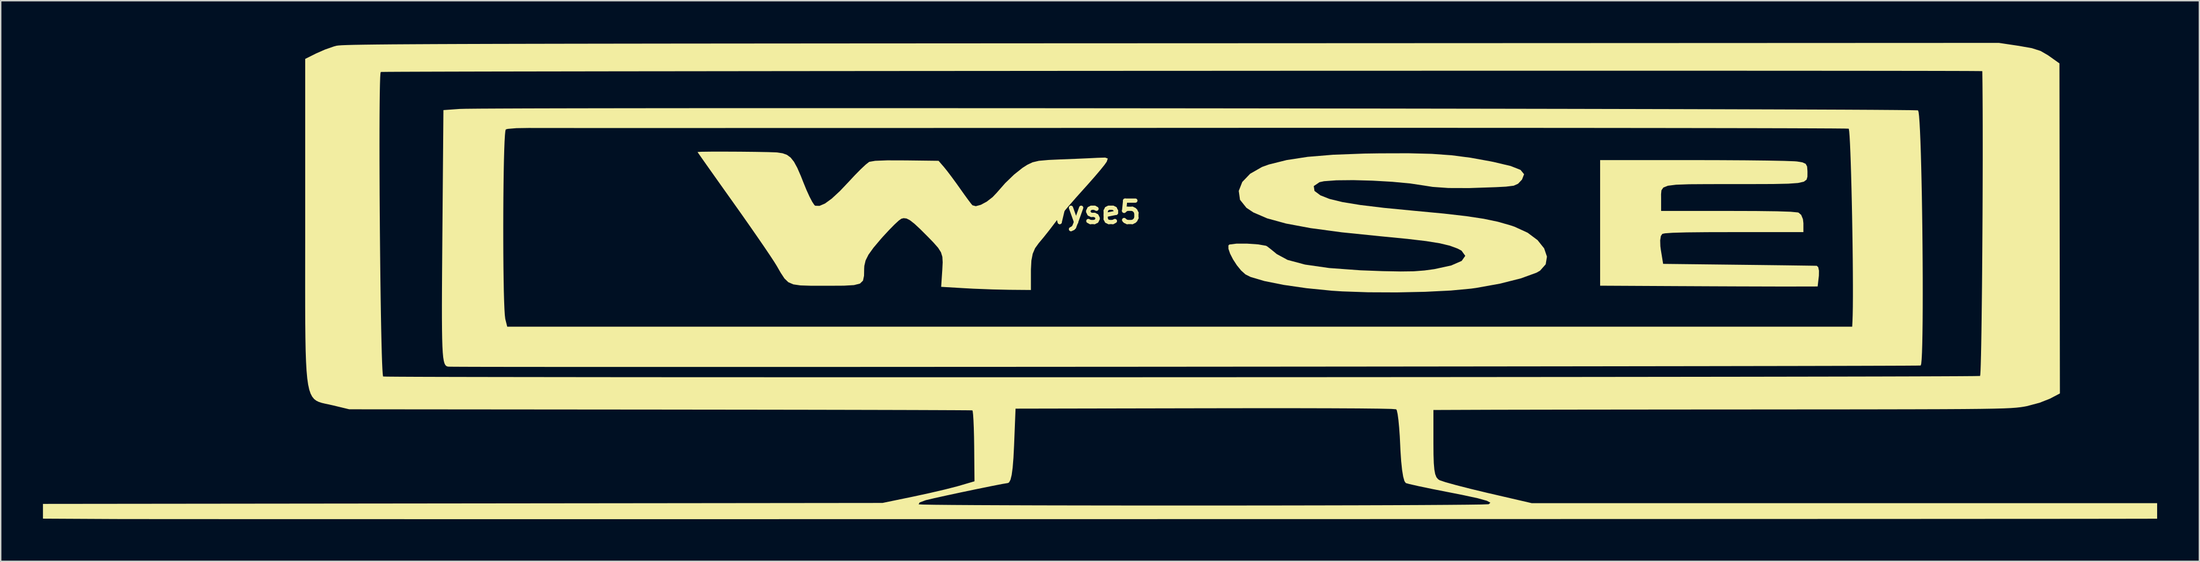
<source format=kicad_pcb>
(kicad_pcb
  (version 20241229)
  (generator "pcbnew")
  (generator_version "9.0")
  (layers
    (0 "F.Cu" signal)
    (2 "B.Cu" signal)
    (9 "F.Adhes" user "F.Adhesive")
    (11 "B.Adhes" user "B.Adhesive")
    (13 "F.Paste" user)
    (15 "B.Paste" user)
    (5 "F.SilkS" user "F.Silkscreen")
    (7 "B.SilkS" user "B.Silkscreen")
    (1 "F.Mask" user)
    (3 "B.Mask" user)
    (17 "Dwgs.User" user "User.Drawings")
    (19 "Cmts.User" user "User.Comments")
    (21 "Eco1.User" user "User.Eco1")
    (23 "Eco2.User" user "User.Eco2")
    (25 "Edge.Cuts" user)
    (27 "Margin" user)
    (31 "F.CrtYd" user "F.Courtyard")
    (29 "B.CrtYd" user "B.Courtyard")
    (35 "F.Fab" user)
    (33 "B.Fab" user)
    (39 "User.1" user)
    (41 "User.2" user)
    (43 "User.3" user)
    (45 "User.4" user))
  (footprint "Wyse5"
    (layer "F.Cu")
    (at 74.468 12.049)
    (property "Reference" "Wyse5" (at 0 0 0) (layer "F.SilkS") (effects (font (size 1.524 1.524) (thickness 0.3))))
    (attr board_only exclude_from_pos_files exclude_from_bom)
    (fp_poly (pts (xy 44.639 -3.71) (xy 46.42 -3.699) (xy 47.95 -3.681) (xy 49.134 -3.658) (xy 49.881 -3.631) (xy 50.06 -3.617) (xy 50.451 -3.551) (xy 50.672 -3.449) (xy 50.773 -3.261) (xy 50.799 -2.935) (xy 50.8 -2.825) (xy 50.797 -2.536) (xy 50.737 -2.325) (xy 50.541 -2.179) (xy 50.131 -2.087) (xy 49.428 -2.037) (xy 48.353 -2.014) (xy 46.83 -2.009) (xy 45.605 -2.008) (xy 43.756 -2.007) (xy 42.406 -1.998) (xy 41.477 -1.965) (xy 40.891 -1.892) (xy 40.569 -1.765) (xy 40.433 -1.568) (xy 40.406 -1.287) (xy 40.409 -0.992) (xy 40.409 -0.1) (xy 45.114 -0.1) (xy 47.14 -0.094) (xy 48.625 -0.075) (xy 49.602 -0.042) (xy 50.108 0.006) (xy 50.165 0.02) (xy 50.354 0.183) (xy 50.478 0.484) (xy 50.511 0.773) (xy 50.511 1.406) (xy 45.64 1.406) (xy 43.674 1.41) (xy 42.229 1.425) (xy 41.252 1.452) (xy 40.685 1.492) (xy 40.496 1.531) (xy 40.391 1.684) (xy 40.343 1.993) (xy 40.356 2.411) (xy 40.389 2.66) (xy 40.553 3.664) (xy 45.893 3.727) (xy 47.596 3.747) (xy 49.1 3.766) (xy 50.309 3.783) (xy 51.128 3.795) (xy 51.462 3.802) (xy 51.563 3.901) (xy 51.616 4.149) (xy 51.611 4.495) (xy 51.606 4.543) (xy 51.522 5.271) (xy 49.645 5.275) (xy 48.764 5.275) (xy 47.431 5.271) (xy 45.775 5.266) (xy 43.922 5.258) (xy 41.999 5.248) (xy 41.924 5.248) (xy 36.08 5.216) (xy 36.08 -3.715) (xy 42.699 -3.715)) (stroke (width 0) (type solid)) (fill yes) (layer "F.SilkS"))
    (fp_poly (pts (xy 24.133 -4.159) (xy 25.546 -4.057) (xy 26.881 -3.883) (xy 28.303 -3.625) (xy 28.53 -3.579) (xy 29.733 -3.293) (xy 30.431 -3.016) (xy 30.681 -2.711) (xy 30.538 -2.34) (xy 30.502 -2.295) (xy 30.253 -2.033) (xy 29.946 -1.895) (xy 29.394 -1.827) (xy 28.707 -1.791) (xy 26.783 -1.725) (xy 25.308 -1.73) (xy 24.19 -1.809) (xy 23.613 -1.9) (xy 22.597 -2.053) (xy 21.319 -2.173) (xy 19.923 -2.253) (xy 18.555 -2.29) (xy 17.358 -2.278) (xy 16.479 -2.213) (xy 16.159 -2.145) (xy 15.75 -1.866) (xy 15.802 -1.521) (xy 16.221 -1.209) (xy 16.863 -0.955) (xy 17.782 -0.73) (xy 19.05 -0.522) (xy 20.744 -0.317) (xy 22.937 -0.105) (xy 22.95 -0.104) (xy 24.992 0.089) (xy 26.575 0.271) (xy 27.814 0.458) (xy 28.819 0.669) (xy 29.705 0.922) (xy 30.005 1.023) (xy 30.932 1.449) (xy 31.64 1.978) (xy 32.105 2.561) (xy 32.305 3.15) (xy 32.216 3.695) (xy 31.815 4.148) (xy 31.56 4.293) (xy 30.455 4.695) (xy 28.966 5.071) (xy 27.283 5.374) (xy 26.925 5.424) (xy 25.478 5.56) (xy 23.653 5.651) (xy 21.636 5.693) (xy 19.612 5.684) (xy 17.768 5.621) (xy 17.03 5.573) (xy 15.233 5.394) (xy 13.598 5.157) (xy 12.239 4.884) (xy 11.268 4.597) (xy 10.902 4.414) (xy 10.591 4.134) (xy 10.288 3.761) (xy 10.019 3.346) (xy 9.811 2.939) (xy 9.692 2.593) (xy 9.689 2.357) (xy 9.757 2.289) (xy 10.259 2.226) (xy 11.028 2.226) (xy 11.808 2.28) (xy 12.348 2.374) (xy 12.425 2.409) (xy 12.667 2.594) (xy 13.008 2.872) (xy 13.116 2.963) (xy 13.89 3.383) (xy 15.126 3.714) (xy 16.842 3.96) (xy 19.059 4.122) (xy 20.636 4.181) (xy 21.922 4.205) (xy 22.844 4.193) (xy 23.608 4.134) (xy 24.313 4.038) (xy 25.509 3.778) (xy 26.251 3.454) (xy 26.506 3.093) (xy 26.242 2.727) (xy 25.952 2.572) (xy 25.405 2.371) (xy 24.697 2.201) (xy 23.729 2.045) (xy 22.399 1.888) (xy 20.608 1.713) (xy 20.471 1.7) (xy 17.735 1.42) (xy 15.521 1.122) (xy 13.774 0.795) (xy 12.441 0.428) (xy 11.465 0.007) (xy 10.968 -0.324) (xy 10.513 -0.894) (xy 10.425 -1.524) (xy 10.674 -2.158) (xy 11.234 -2.744) (xy 12.076 -3.226) (xy 12.562 -3.402) (xy 13.829 -3.718) (xy 15.318 -3.946) (xy 17.126 -4.096) (xy 19.351 -4.179) (xy 20.42 -4.195) (xy 22.479 -4.201)) (stroke (width 0) (type solid)) (fill yes) (layer "F.SilkS"))
    (fp_poly (pts (xy -24.979 -4.312) (xy -23.903 -4.3) (xy -22.998 -4.284) (xy -22.413 -4.263) (xy -22.332 -4.257) (xy -21.956 -4.199) (xy -21.648 -4.087) (xy -21.387 -3.894) (xy -21.15 -3.594) (xy -20.915 -3.162) (xy -20.658 -2.571) (xy -20.488 -2.14) (xy -20.266 -1.595) (xy -20.05 -1.12) (xy -19.857 -0.75) (xy -19.706 -0.523) (xy -19.641 -0.468) (xy -19.337 -0.46) (xy -18.949 -0.627) (xy -18.47 -0.976) (xy -17.892 -1.511) (xy -17.279 -2.158) (xy -16.822 -2.648) (xy -16.402 -3.074) (xy -16.057 -3.397) (xy -15.829 -3.576) (xy -15.797 -3.593) (xy -15.384 -3.664) (xy -14.525 -3.697) (xy -13.192 -3.693) (xy -10.886 -3.664) (xy -10.497 -3.213) (xy -10.262 -2.921) (xy -9.943 -2.499) (xy -9.59 -2.015) (xy -9.372 -1.707) (xy -9.055 -1.26) (xy -8.776 -0.876) (xy -8.569 -0.604) (xy -8.481 -0.502) (xy -8.244 -0.438) (xy -7.887 -0.534) (xy -7.47 -0.758) (xy -7.054 -1.079) (xy -6.757 -1.392) (xy -6.158 -2.075) (xy -5.531 -2.681) (xy -4.926 -3.164) (xy -4.59 -3.379) (xy -4.214 -3.558) (xy -3.766 -3.664) (xy -3.063 -3.726) (xy -2.23 -3.763) (xy -1.121 -3.807) (xy -0.124 -3.851) (xy 0.395 -3.877) (xy 0.943 -3.894) (xy 1.127 -3.826) (xy 1.06 -3.621) (xy 1.039 -3.582) (xy 0.89 -3.371) (xy 0.6 -3.011) (xy 0.201 -2.541) (xy -0.272 -2.003) (xy -0.593 -1.645) (xy -1.138 -1.036) (xy -1.671 -0.423) (xy -2.144 0.139) (xy -2.51 0.592) (xy -2.633 0.753) (xy -3.003 1.24) (xy -3.41 1.754) (xy -3.769 2.185) (xy -3.777 2.194) (xy -4.034 2.55) (xy -4.202 2.944) (xy -4.296 3.428) (xy -4.329 4.053) (xy -4.33 4.177) (xy -4.33 5.522) (xy -5.845 5.509) (xy -7.048 5.482) (xy -8.401 5.43) (xy -9.031 5.396) (xy -10.702 5.297) (xy -10.621 4.079) (xy -10.595 3.553) (xy -10.617 3.162) (xy -10.717 2.839) (xy -10.922 2.517) (xy -11.262 2.131) (xy -11.625 1.757) (xy -12.184 1.197) (xy -12.605 0.806) (xy -12.92 0.56) (xy -13.162 0.437) (xy -13.367 0.414) (xy -13.527 0.453) (xy -13.707 0.581) (xy -14.013 0.863) (xy -14.405 1.263) (xy -14.846 1.74) (xy -14.982 1.894) (xy -15.51 2.52) (xy -15.862 3.011) (xy -16.067 3.422) (xy -16.157 3.805) (xy -16.168 4.002) (xy -16.178 4.513) (xy -16.252 4.857) (xy -16.465 5.066) (xy -16.892 5.174) (xy -17.607 5.215) (xy -18.684 5.221) (xy -18.904 5.221) (xy -19.946 5.22) (xy -20.686 5.197) (xy -21.197 5.123) (xy -21.554 4.967) (xy -21.829 4.701) (xy -22.096 4.294) (xy -22.371 3.815) (xy -22.555 3.518) (xy -22.859 3.055) (xy -23.264 2.454) (xy -23.751 1.745) (xy -24.298 0.956) (xy -24.887 0.115) (xy -25.429 -0.65) (xy -26.011 -1.469) (xy -26.546 -2.224) (xy -27.02 -2.894) (xy -27.418 -3.457) (xy -27.723 -3.892) (xy -27.922 -4.176) (xy -27.997 -4.289) (xy -27.998 -4.29) (xy -27.734 -4.307) (xy -27.044 -4.316) (xy -26.075 -4.317)) (stroke (width 0) (type solid)) (fill yes) (layer "F.SilkS"))
    (fp_poly (pts (xy -16.518 -7.41) (xy -12.15 -7.409) (xy -7.637 -7.407) (xy -3.015 -7.405) (xy 1.682 -7.401) (xy 6.418 -7.397) (xy 11.156 -7.392) (xy 15.863 -7.386) (xy 20.503 -7.38) (xy 25.039 -7.373) (xy 29.438 -7.366) (xy 33.663 -7.358) (xy 37.679 -7.349) (xy 41.451 -7.34) (xy 44.943 -7.33) (xy 48.12 -7.32) (xy 50.947 -7.31) (xy 53.388 -7.3) (xy 55.408 -7.289) (xy 56.971 -7.277) (xy 58.042 -7.266) (xy 58.586 -7.254) (xy 58.648 -7.249) (xy 58.686 -7.139) (xy 58.722 -6.845) (xy 58.756 -6.385) (xy 58.789 -5.776) (xy 58.82 -5.036) (xy 58.849 -4.182) (xy 58.875 -3.232) (xy 58.899 -2.203) (xy 58.921 -1.112) (xy 58.939 0.023) (xy 58.955 1.185) (xy 58.967 2.356) (xy 58.976 3.519) (xy 58.982 4.657) (xy 58.983 5.753) (xy 58.981 6.788) (xy 58.975 7.745) (xy 58.964 8.608) (xy 58.949 9.359) (xy 58.93 9.979) (xy 58.905 10.453) (xy 58.876 10.762) (xy 58.841 10.89) (xy 58.838 10.891) (xy 58.539 10.897) (xy 57.698 10.903) (xy 56.351 10.908) (xy 54.531 10.914) (xy 52.274 10.92) (xy 49.616 10.926) (xy 46.591 10.931) (xy 43.235 10.937) (xy 39.582 10.942) (xy 35.668 10.948) (xy 31.528 10.953) (xy 27.197 10.958) (xy 22.711 10.963) (xy 18.103 10.968) (xy 13.41 10.972) (xy 8.666 10.976) (xy 3.907 10.98) (xy -0.833 10.983) (xy -5.517 10.986) (xy -10.112 10.988) (xy -14.582 10.991) (xy -18.891 10.992) (xy -23.005 10.993) (xy -26.889 10.994) (xy -30.508 10.994) (xy -33.825 10.994) (xy -36.807 10.993) (xy -39.418 10.991) (xy -41.623 10.989) (xy -43.387 10.986) (xy -44.675 10.982) (xy -45.452 10.977) (xy -45.681 10.973) (xy -45.768 10.958) (xy -45.845 10.919) (xy -45.911 10.845) (xy -45.968 10.725) (xy -46.015 10.544) (xy -46.055 10.292) (xy -46.086 9.956) (xy -46.11 9.525) (xy -46.127 8.985) (xy -46.138 8.324) (xy -46.144 7.532) (xy -46.145 6.594) (xy -46.141 5.5) (xy -46.133 4.236) (xy -46.122 2.791) (xy -46.114 1.829) (xy -46.107 0.961) (xy -41.79 0.961) (xy -41.789 1.971) (xy -41.785 2.96) (xy -41.777 3.907) (xy -41.765 4.791) (xy -41.75 5.593) (xy -41.73 6.291) (xy -41.707 6.867) (xy -41.68 7.299) (xy -41.649 7.567) (xy -41.641 7.605) (xy -41.508 8.132) (xy 53.975 8.132) (xy 53.994 7.756) (xy 54.01 7.304) (xy 54.021 6.711) (xy 54.026 5.996) (xy 54.026 5.179) (xy 54.022 4.28) (xy 54.014 3.319) (xy 54.002 2.314) (xy 53.986 1.287) (xy 53.968 0.256) (xy 53.947 -0.759) (xy 53.924 -1.738) (xy 53.899 -2.662) (xy 53.873 -3.51) (xy 53.846 -4.263) (xy 53.818 -4.902) (xy 53.79 -5.406) (xy 53.762 -5.756) (xy 53.734 -5.932) (xy 53.724 -5.949) (xy 53.416 -5.958) (xy 52.562 -5.966) (xy 51.192 -5.973) (xy 49.337 -5.98) (xy 47.028 -5.986) (xy 44.296 -5.991) (xy 41.171 -5.996) (xy 37.684 -6) (xy 33.867 -6.004) (xy 29.749 -6.006) (xy 25.363 -6.008) (xy 20.737 -6.009) (xy 15.904 -6.009) (xy 10.894 -6.008) (xy 7.487 -6.006) (xy 2.354 -6.004) (xy -2.636 -6.002) (xy -7.451 -6.001) (xy -12.059 -5.999) (xy -16.429 -5.998) (xy -20.528 -5.997) (xy -24.325 -5.997) (xy -27.788 -5.996) (xy -30.884 -5.996) (xy -33.583 -5.996) (xy -35.852 -5.996) (xy -37.658 -5.997) (xy -38.971 -5.998) (xy -39.759 -5.999) (xy -39.969 -6) (xy -40.855 -5.986) (xy -41.466 -5.935) (xy -41.609 -5.898) (xy -41.642 -5.782) (xy -41.671 -5.485) (xy -41.698 -5.027) (xy -41.721 -4.43) (xy -41.741 -3.713) (xy -41.758 -2.896) (xy -41.771 -2) (xy -41.781 -1.045) (xy -41.787 -0.052) (xy -41.79 0.961) (xy -46.107 0.961) (xy -46.038 -7.27) (xy -44.883 -7.353) (xy -44.444 -7.364) (xy -43.471 -7.374) (xy -42 -7.382) (xy -40.065 -7.39) (xy -37.702 -7.396) (xy -34.946 -7.401) (xy -31.833 -7.405) (xy -28.399 -7.408) (xy -24.678 -7.409) (xy -20.706 -7.41)) (stroke (width 0) (type solid)) (fill yes) (layer "F.SilkS"))
    (fp_poly (pts (xy 65.816 -11.836) (xy 66.733 -11.673) (xy 67.346 -11.477) (xy 67.871 -11.173) (xy 67.965 -11.107) (xy 68.688 -10.592) (xy 68.704 1.143) (xy 68.721 12.878) (xy 68.012 13.25) (xy 67.284 13.538) (xy 66.383 13.778) (xy 66.196 13.814) (xy 65.938 13.854) (xy 65.638 13.888) (xy 65.248 13.917) (xy 64.723 13.941) (xy 64.017 13.96) (xy 63.081 13.976) (xy 61.871 13.988) (xy 60.339 13.997) (xy 58.439 14.003) (xy 56.125 14.008) (xy 53.35 14.012) (xy 50.068 14.014) (xy 48.202 14.016) (xy 45.006 14.018) (xy 41.884 14.02) (xy 38.901 14.023) (xy 36.122 14.026) (xy 33.613 14.029) (xy 31.441 14.033) (xy 29.67 14.036) (xy 28.366 14.039) (xy 27.781 14.041) (xy 24.245 14.055) (xy 24.245 16.442) (xy 24.251 17.225) (xy 24.271 17.831) (xy 24.31 18.286) (xy 24.371 18.612) (xy 24.458 18.835) (xy 24.577 18.979) (xy 24.681 19.046) (xy 25.083 19.183) (xy 25.86 19.4) (xy 26.903 19.667) (xy 28.103 19.956) (xy 28.173 19.972) (xy 31.229 20.681) (xy 75.623 20.681) (xy 75.623 21.786) (xy 73.386 21.79) (xy 72.135 21.792) (xy 70.375 21.794) (xy 68.136 21.796) (xy 65.452 21.797) (xy 62.351 21.799) (xy 58.867 21.801) (xy 55.029 21.803) (xy 50.87 21.804) (xy 46.42 21.806) (xy 41.712 21.807) (xy 36.775 21.808) (xy 31.641 21.81) (xy 26.341 21.811) (xy 20.908 21.812) (xy 15.371 21.813) (xy 9.762 21.814) (xy 4.113 21.815) (xy -1.546 21.816) (xy -7.183 21.816) (xy -12.767 21.817) (xy -18.266 21.817) (xy -23.65 21.818) (xy -28.887 21.818) (xy -33.946 21.818) (xy -38.796 21.818) (xy -43.406 21.818) (xy -47.743 21.818) (xy -51.778 21.817) (xy -55.479 21.817) (xy -58.814 21.816) (xy -61.752 21.815) (xy -64.263 21.814) (xy -66.315 21.813) (xy -67.876 21.811) (xy -68.915 21.81) (xy -69.345 21.809) (xy -74.468 21.781) (xy -74.468 21.256) (xy -74.468 20.763) (xy -12.301 20.763) (xy -12.299 20.764) (xy -11.989 20.78) (xy -11.158 20.795) (xy -9.863 20.808) (xy -8.161 20.819) (xy -6.109 20.828) (xy -3.764 20.836) (xy -1.181 20.841) (xy 1.581 20.845) (xy 4.467 20.847) (xy 7.42 20.848) (xy 10.383 20.846) (xy 13.299 20.843) (xy 16.111 20.838) (xy 18.763 20.832) (xy 21.198 20.824) (xy 23.359 20.814) (xy 25.19 20.802) (xy 26.634 20.789) (xy 27.634 20.775) (xy 28.133 20.758) (xy 28.178 20.753) (xy 28.288 20.646) (xy 28.039 20.51) (xy 27.383 20.328) (xy 26.275 20.089) (xy 25.325 19.902) (xy 24.174 19.675) (xy 23.201 19.472) (xy 22.526 19.318) (xy 22.284 19.25) (xy 22.187 19.111) (xy 22.098 18.79) (xy 22.019 18.307) (xy 21.954 17.68) (xy 21.904 16.929) (xy 21.89 16.615) (xy 21.856 15.923) (xy 21.811 15.295) (xy 21.76 14.761) (xy 21.704 14.349) (xy 21.647 14.087) (xy 21.603 14.005) (xy 21.264 13.979) (xy 20.36 13.959) (xy 18.904 13.943) (xy 16.909 13.933) (xy 14.387 13.927) (xy 11.351 13.927) (xy 7.997 13.932) (xy -5.421 13.959) (xy -5.526 16.584) (xy -5.571 17.467) (xy -5.627 18.16) (xy -5.696 18.673) (xy -5.781 19.018) (xy -5.883 19.205) (xy -5.962 19.248) (xy -6.388 19.32) (xy -7.169 19.473) (xy -8.173 19.678) (xy -9.268 19.907) (xy -10.322 20.133) (xy -11.202 20.328) (xy -11.777 20.464) (xy -11.803 20.471) (xy -12.233 20.632) (xy -12.301 20.763) (xy -74.468 20.763) (xy -74.468 20.732) (xy -44.666 20.698) (xy -14.865 20.664) (xy -12.698 20.216) (xy -11.539 19.965) (xy -10.425 19.705) (xy -9.564 19.484) (xy -9.433 19.447) (xy -8.335 19.125) (xy -8.358 16.622) (xy -8.369 15.934) (xy -8.386 15.316) (xy -8.408 14.794) (xy -8.434 14.397) (xy -8.462 14.151) (xy -8.486 14.082) (xy -8.784 14.076) (xy -9.615 14.07) (xy -10.934 14.064) (xy -12.697 14.057) (xy -14.86 14.051) (xy -17.377 14.045) (xy -20.205 14.039) (xy -23.299 14.034) (xy -26.615 14.03) (xy -30.107 14.026) (xy -30.658 14.025) (xy -52.725 14.005) (xy -53.883 13.726) (xy -54.177 13.66) (xy -54.439 13.605) (xy -54.673 13.55) (xy -54.88 13.483) (xy -55.061 13.395) (xy -55.218 13.274) (xy -55.353 13.109) (xy -55.468 12.89) (xy -55.564 12.607) (xy -55.642 12.247) (xy -55.706 11.801) (xy -55.755 11.258) (xy -55.792 10.606) (xy -55.819 9.836) (xy -55.836 8.936) (xy -55.847 7.895) (xy -55.852 6.703) (xy -55.854 5.349) (xy -55.853 3.823) (xy -55.851 2.112) (xy -55.851 1.005) (xy -55.851 -4.843) (xy -50.577 -4.843) (xy -50.576 -3.702) (xy -50.572 -2.503) (xy -50.567 -1.261) (xy -50.559 0.006) (xy -50.549 1.284) (xy -50.537 2.557) (xy -50.524 3.809) (xy -50.509 5.023) (xy -50.493 6.184) (xy -50.475 7.277) (xy -50.456 8.284) (xy -50.436 9.191) (xy -50.415 9.982) (xy -50.393 10.64) (xy -50.37 11.15) (xy -50.347 11.496) (xy -50.324 11.662) (xy -50.317 11.674) (xy -50.019 11.682) (xy -49.178 11.689) (xy -47.827 11.696) (xy -46 11.702) (xy -43.73 11.707) (xy -41.052 11.711) (xy -37.999 11.715) (xy -34.604 11.719) (xy -30.902 11.722) (xy -26.926 11.724) (xy -22.71 11.725) (xy -18.287 11.726) (xy -13.691 11.727) (xy -8.957 11.727) (xy -4.117 11.727) (xy 0.795 11.726) (xy 5.744 11.724) (xy 10.698 11.722) (xy 15.623 11.72) (xy 20.484 11.717) (xy 25.248 11.714) (xy 29.882 11.71) (xy 34.351 11.706) (xy 38.623 11.701) (xy 42.663 11.696) (xy 46.437 11.691) (xy 49.912 11.685) (xy 53.055 11.679) (xy 55.83 11.673) (xy 58.206 11.666) (xy 60.148 11.659) (xy 61.621 11.652) (xy 62.594 11.644) (xy 63.032 11.636) (xy 63.053 11.634) (xy 63.07 11.53) (xy 63.087 11.241) (xy 63.103 10.782) (xy 63.119 10.167) (xy 63.135 9.413) (xy 63.15 8.535) (xy 63.164 7.547) (xy 63.177 6.466) (xy 63.19 5.306) (xy 63.201 4.083) (xy 63.211 2.812) (xy 63.22 1.509) (xy 63.228 0.188) (xy 63.234 -1.135) (xy 63.238 -2.445) (xy 63.241 -3.726) (xy 63.241 -4.964) (xy 63.24 -6.142) (xy 63.237 -7.246) (xy 63.231 -8.26) (xy 63.224 -9.17) (xy 63.214 -9.959) (xy 63.212 -10.04) (xy 62.929 -10.045) (xy 62.102 -10.051) (xy 60.765 -10.055) (xy 58.952 -10.059) (xy 56.696 -10.062) (xy 54.03 -10.065) (xy 50.988 -10.067) (xy 47.605 -10.069) (xy 43.913 -10.07) (xy 39.945 -10.071) (xy 35.737 -10.071) (xy 31.32 -10.071) (xy 26.729 -10.07) (xy 21.998 -10.069) (xy 17.16 -10.068) (xy 12.248 -10.066) (xy 7.296 -10.063) (xy 2.338 -10.061) (xy -2.593 -10.058) (xy -7.463 -10.054) (xy -12.239 -10.051) (xy -16.886 -10.047) (xy -21.372 -10.043) (xy -25.663 -10.038) (xy -29.725 -10.033) (xy -33.525 -10.029) (xy -37.029 -10.023) (xy -40.203 -10.018) (xy -43.014 -10.013) (xy -45.428 -10.007) (xy -47.412 -10.001) (xy -48.932 -9.995) (xy -49.955 -9.989) (xy -50.447 -9.983) (xy -50.487 -9.981) (xy -50.509 -9.875) (xy -50.528 -9.584) (xy -50.543 -9.124) (xy -50.556 -8.511) (xy -50.565 -7.76) (xy -50.572 -6.888) (xy -50.576 -5.911) (xy -50.577 -4.843) (xy -55.851 -4.843) (xy -55.851 -10.91) (xy -55.066 -11.303) (xy -54.445 -11.576) (xy -53.818 -11.795) (xy -53.623 -11.847) (xy -53.496 -11.864) (xy -53.26 -11.881) (xy -52.892 -11.896) (xy -52.371 -11.91) (xy -51.672 -11.922) (xy -50.773 -11.934) (xy -49.651 -11.945) (xy -48.283 -11.954) (xy -46.647 -11.963) (xy -44.719 -11.971) (xy -42.477 -11.978) (xy -39.897 -11.984) (xy -36.957 -11.99) (xy -33.634 -11.995) (xy -29.905 -12) (xy -25.747 -12.004) (xy -21.137 -12.008) (xy -16.053 -12.012) (xy -10.471 -12.015) (xy -4.369 -12.019) (xy 2.276 -12.022) (xy 5.713 -12.023) (xy 64.39 -12.049)) (stroke (width 0) (type solid)) (fill yes) (layer "F.SilkS")))
  (gr_rect
    (start -3 -3)
    (end 153.091 36.867)
    (stroke (width 0.1) (type default))
    (fill no)
    (layer "Edge.Cuts")))
</source>
